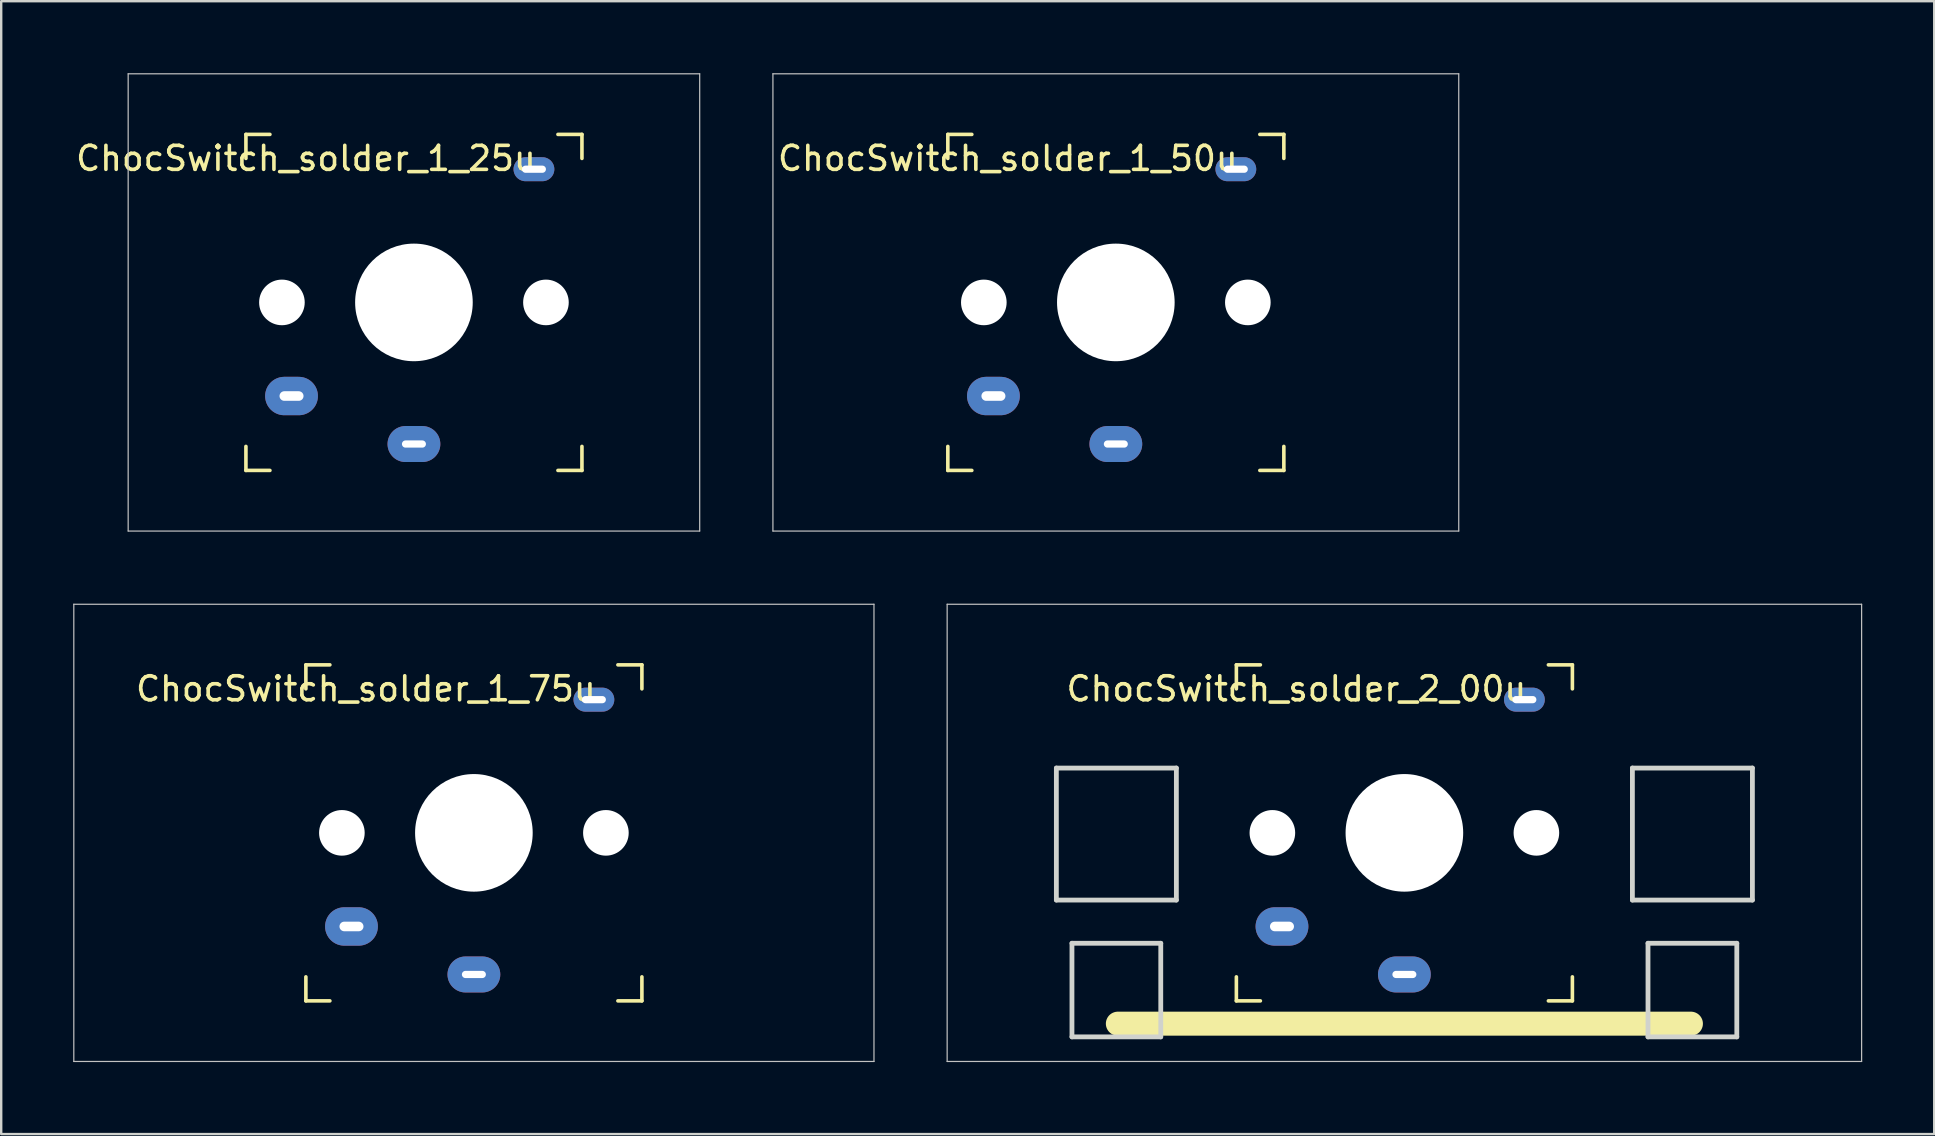
<source format=kicad_pcb>
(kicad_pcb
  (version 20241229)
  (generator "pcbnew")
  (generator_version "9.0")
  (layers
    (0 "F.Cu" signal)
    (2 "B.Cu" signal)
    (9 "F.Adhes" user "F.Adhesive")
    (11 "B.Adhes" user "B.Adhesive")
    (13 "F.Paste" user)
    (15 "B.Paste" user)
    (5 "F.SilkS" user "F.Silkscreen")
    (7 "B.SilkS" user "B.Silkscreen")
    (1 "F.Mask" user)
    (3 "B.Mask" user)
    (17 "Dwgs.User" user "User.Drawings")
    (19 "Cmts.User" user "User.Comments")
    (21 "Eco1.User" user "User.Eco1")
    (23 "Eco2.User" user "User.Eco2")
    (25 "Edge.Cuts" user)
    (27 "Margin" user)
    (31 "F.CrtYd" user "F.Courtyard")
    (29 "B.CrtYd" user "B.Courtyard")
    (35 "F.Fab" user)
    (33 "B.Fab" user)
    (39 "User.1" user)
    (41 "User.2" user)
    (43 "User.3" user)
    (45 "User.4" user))
  (footprint "ChocSwitch_solder_1_75u"
    (layer "F.Cu")
    (at 16.694 31.65)
    (property "Reference" "ChocSwitch_solder_1_75u" (at -4.5 -6 0) (layer "F.SilkS") (effects (font (size 1 1) (thickness 0.15))))
    (attr through_hole)
    (fp_line (start -7 -7) (end -7 -6) (stroke (width 0.15) (type solid)) (layer "F.SilkS"))
    (fp_line (start -7 -7) (end -6 -7) (stroke (width 0.15) (type solid)) (layer "F.SilkS"))
    (fp_line (start -7 7) (end -7 6) (stroke (width 0.15) (type solid)) (layer "F.SilkS"))
    (fp_line (start -6 7) (end -7 7) (stroke (width 0.15) (type solid)) (layer "F.SilkS"))
    (fp_line (start 6 -7) (end 7 -7) (stroke (width 0.15) (type solid)) (layer "F.SilkS"))
    (fp_line (start 7 -7) (end 7 -6) (stroke (width 0.15) (type solid)) (layer "F.SilkS"))
    (fp_line (start 7 6) (end 7 7) (stroke (width 0.15) (type solid)) (layer "F.SilkS"))
    (fp_line (start 7 7) (end 6 7) (stroke (width 0.15) (type solid)) (layer "F.SilkS"))
    (fp_line (start -16.669 -9.525) (end 16.669 -9.525) (stroke (width 0.05) (type solid)) (layer "Dwgs.User"))
    (fp_line (start -16.669 9.525) (end -16.669 -9.525) (stroke (width 0.05) (type solid)) (layer "Dwgs.User"))
    (fp_line (start 16.669 -9.525) (end 16.669 9.525) (stroke (width 0.05) (type solid)) (layer "Dwgs.User"))
    (fp_line (start 16.669 9.525) (end -16.669 9.525) (stroke (width 0.05) (type solid)) (layer "Dwgs.User"))
    (fp_line (start -7 -7) (end 7 -7) (stroke (width 0.1) (type solid)) (layer "Eco1.User"))
    (fp_line (start -7 -7) (end 7 -7) (stroke (width 0.1) (type solid)) (layer "Eco1.User"))
    (fp_line (start -7 7) (end -7 -7) (stroke (width 0.1) (type solid)) (layer "Eco1.User"))
    (fp_line (start -7 7) (end -7 -7) (stroke (width 0.1) (type solid)) (layer "Eco1.User"))
    (fp_line (start -7 7) (end 7 7) (stroke (width 0.1) (type solid)) (layer "Eco1.User"))
    (fp_line (start 7 -7) (end 7 7) (stroke (width 0.1) (type solid)) (layer "Eco1.User"))
    (fp_line (start 7 7) (end -7 7) (stroke (width 0.1) (type solid)) (layer "Eco1.User"))
    (fp_line (start 7 7) (end 7 -7) (stroke (width 0.1) (type solid)) (layer "Eco1.User"))
    (fp_rect (start -1.75 -3.25) (end 1.75 -6.35) (stroke (width 0.1) (type solid)) (fill no) (layer "Eco1.User"))
    (fp_line (start 0 0) (end 0 -4.8) (stroke (width 0.05) (type solid)) (layer "Eco2.User"))
    (fp_line (start 0 0) (end 8.262 0) (stroke (width 0.05) (type solid)) (layer "Eco2.User"))
    (pad "" np_thru_hole circle (at -5.5 0) (size 1.9 1.9) (drill 1.9) (layers "*.Cu" "*.Mask"))
    (pad "" np_thru_hole circle (at 0 0 90) (size 4.9 4.9) (drill 4.9) (layers "*.Cu" "*.Mask"))
    (pad "" thru_hole oval (at 5 -5.55) (size 1.7 1) (drill oval 1 0.3) (layers "*.Cu" "*.Mask"))
    (pad "" np_thru_hole circle (at 5.5 0) (size 1.9 1.9) (drill 1.9) (layers "*.Cu" "*.Mask"))
    (pad "1" thru_hole oval (at 0 5.9 180) (size 2.2 1.5) (drill oval 1 0.3) (layers "*.Cu" "*.Mask"))
    (pad "2" thru_hole oval (at -5.1 3.9) (size 2.2 1.6) (drill oval 1 0.4) (layers "*.Cu" "*.Mask")))
  (footprint "ChocSwitch_solder_1_50u"
    (layer "F.Cu")
    (at 43.44 9.55)
    (property "Reference" "ChocSwitch_solder_1_50u" (at -4.5 -6 0) (layer "F.SilkS") (effects (font (size 1 1) (thickness 0.15))))
    (attr through_hole)
    (fp_line (start -7 -7) (end -7 -6) (stroke (width 0.15) (type solid)) (layer "F.SilkS"))
    (fp_line (start -7 -7) (end -6 -7) (stroke (width 0.15) (type solid)) (layer "F.SilkS"))
    (fp_line (start -7 7) (end -7 6) (stroke (width 0.15) (type solid)) (layer "F.SilkS"))
    (fp_line (start -6 7) (end -7 7) (stroke (width 0.15) (type solid)) (layer "F.SilkS"))
    (fp_line (start 6 -7) (end 7 -7) (stroke (width 0.15) (type solid)) (layer "F.SilkS"))
    (fp_line (start 7 -7) (end 7 -6) (stroke (width 0.15) (type solid)) (layer "F.SilkS"))
    (fp_line (start 7 6) (end 7 7) (stroke (width 0.15) (type solid)) (layer "F.SilkS"))
    (fp_line (start 7 7) (end 6 7) (stroke (width 0.15) (type solid)) (layer "F.SilkS"))
    (fp_line (start -14.287 -9.525) (end 14.287 -9.525) (stroke (width 0.05) (type solid)) (layer "Dwgs.User"))
    (fp_line (start -14.287 9.525) (end -14.287 -9.525) (stroke (width 0.05) (type solid)) (layer "Dwgs.User"))
    (fp_line (start 14.287 -9.525) (end 14.287 9.525) (stroke (width 0.05) (type solid)) (layer "Dwgs.User"))
    (fp_line (start 14.287 9.525) (end -14.287 9.525) (stroke (width 0.05) (type solid)) (layer "Dwgs.User"))
    (fp_line (start -7 -7) (end 7 -7) (stroke (width 0.1) (type solid)) (layer "Eco1.User"))
    (fp_line (start -7 -7) (end 7 -7) (stroke (width 0.1) (type solid)) (layer "Eco1.User"))
    (fp_line (start -7 7) (end -7 -7) (stroke (width 0.1) (type solid)) (layer "Eco1.User"))
    (fp_line (start -7 7) (end -7 -7) (stroke (width 0.1) (type solid)) (layer "Eco1.User"))
    (fp_line (start -7 7) (end 7 7) (stroke (width 0.1) (type solid)) (layer "Eco1.User"))
    (fp_line (start 7 -7) (end 7 7) (stroke (width 0.1) (type solid)) (layer "Eco1.User"))
    (fp_line (start 7 7) (end -7 7) (stroke (width 0.1) (type solid)) (layer "Eco1.User"))
    (fp_line (start 7 7) (end 7 -7) (stroke (width 0.1) (type solid)) (layer "Eco1.User"))
    (fp_rect (start -1.75 -3.25) (end 1.75 -6.35) (stroke (width 0.1) (type solid)) (fill no) (layer "Eco1.User"))
    (fp_line (start 0 0) (end 0 -4.8) (stroke (width 0.05) (type solid)) (layer "Eco2.User"))
    (fp_line (start 0 0) (end 8.262 0) (stroke (width 0.05) (type solid)) (layer "Eco2.User"))
    (pad "" np_thru_hole circle (at -5.5 0) (size 1.9 1.9) (drill 1.9) (layers "*.Cu" "*.Mask"))
    (pad "" np_thru_hole circle (at 0 0 90) (size 4.9 4.9) (drill 4.9) (layers "*.Cu" "*.Mask"))
    (pad "" thru_hole oval (at 5 -5.55) (size 1.7 1) (drill oval 1 0.3) (layers "*.Cu" "*.Mask"))
    (pad "" np_thru_hole circle (at 5.5 0) (size 1.9 1.9) (drill 1.9) (layers "*.Cu" "*.Mask"))
    (pad "1" thru_hole oval (at 0 5.9 180) (size 2.2 1.5) (drill oval 1 0.3) (layers "*.Cu" "*.Mask"))
    (pad "2" thru_hole oval (at -5.1 3.9) (size 2.2 1.6) (drill oval 1 0.4) (layers "*.Cu" "*.Mask")))
  (footprint "ChocSwitch_solder_1_25u"
    (layer "F.Cu")
    (at 14.196 9.55)
    (property "Reference" "ChocSwitch_solder_1_25u" (at -4.5 -6 0) (layer "F.SilkS") (effects (font (size 1 1) (thickness 0.15))))
    (attr through_hole)
    (fp_line (start -7 -7) (end -7 -6) (stroke (width 0.15) (type solid)) (layer "F.SilkS"))
    (fp_line (start -7 -7) (end -6 -7) (stroke (width 0.15) (type solid)) (layer "F.SilkS"))
    (fp_line (start -7 7) (end -7 6) (stroke (width 0.15) (type solid)) (layer "F.SilkS"))
    (fp_line (start -6 7) (end -7 7) (stroke (width 0.15) (type solid)) (layer "F.SilkS"))
    (fp_line (start 6 -7) (end 7 -7) (stroke (width 0.15) (type solid)) (layer "F.SilkS"))
    (fp_line (start 7 -7) (end 7 -6) (stroke (width 0.15) (type solid)) (layer "F.SilkS"))
    (fp_line (start 7 6) (end 7 7) (stroke (width 0.15) (type solid)) (layer "F.SilkS"))
    (fp_line (start 7 7) (end 6 7) (stroke (width 0.15) (type solid)) (layer "F.SilkS"))
    (fp_line (start -11.906 -9.525) (end 11.906 -9.525) (stroke (width 0.05) (type solid)) (layer "Dwgs.User"))
    (fp_line (start -11.906 9.525) (end -11.906 -9.525) (stroke (width 0.05) (type solid)) (layer "Dwgs.User"))
    (fp_line (start 11.906 -9.525) (end 11.906 9.525) (stroke (width 0.05) (type solid)) (layer "Dwgs.User"))
    (fp_line (start 11.906 9.525) (end -11.906 9.525) (stroke (width 0.05) (type solid)) (layer "Dwgs.User"))
    (fp_line (start -7 -7) (end 7 -7) (stroke (width 0.1) (type solid)) (layer "Eco1.User"))
    (fp_line (start -7 -7) (end 7 -7) (stroke (width 0.1) (type solid)) (layer "Eco1.User"))
    (fp_line (start -7 7) (end -7 -7) (stroke (width 0.1) (type solid)) (layer "Eco1.User"))
    (fp_line (start -7 7) (end -7 -7) (stroke (width 0.1) (type solid)) (layer "Eco1.User"))
    (fp_line (start -7 7) (end 7 7) (stroke (width 0.1) (type solid)) (layer "Eco1.User"))
    (fp_line (start 7 -7) (end 7 7) (stroke (width 0.1) (type solid)) (layer "Eco1.User"))
    (fp_line (start 7 7) (end -7 7) (stroke (width 0.1) (type solid)) (layer "Eco1.User"))
    (fp_line (start 7 7) (end 7 -7) (stroke (width 0.1) (type solid)) (layer "Eco1.User"))
    (fp_rect (start -1.75 -3.25) (end 1.75 -6.35) (stroke (width 0.1) (type solid)) (fill no) (layer "Eco1.User"))
    (fp_line (start 0 0) (end 0 -4.8) (stroke (width 0.05) (type solid)) (layer "Eco2.User"))
    (fp_line (start 0 0) (end 8.262 0) (stroke (width 0.05) (type solid)) (layer "Eco2.User"))
    (pad "" np_thru_hole circle (at -5.5 0) (size 1.9 1.9) (drill 1.9) (layers "*.Cu" "*.Mask"))
    (pad "" np_thru_hole circle (at 0 0 90) (size 4.9 4.9) (drill 4.9) (layers "*.Cu" "*.Mask"))
    (pad "" thru_hole oval (at 5 -5.55) (size 1.7 1) (drill oval 1 0.3) (layers "*.Cu" "*.Mask"))
    (pad "" np_thru_hole circle (at 5.5 0) (size 1.9 1.9) (drill 1.9) (layers "*.Cu" "*.Mask"))
    (pad "1" thru_hole oval (at 0 5.9 180) (size 2.2 1.5) (drill oval 1 0.3) (layers "*.Cu" "*.Mask"))
    (pad "2" thru_hole oval (at -5.1 3.9) (size 2.2 1.6) (drill oval 1 0.4) (layers "*.Cu" "*.Mask")))
  (footprint "ChocSwitch_solder_2_00u"
    (layer "F.Cu")
    (at 55.462 31.65)
    (property "Reference" "ChocSwitch_solder_2_00u" (at -4.5 -6 0) (layer "F.SilkS") (effects (font (size 1 1) (thickness 0.15))))
    (attr through_hole)
    (fp_line (start -11.938 7.95) (end 11.938 7.95) (stroke (width 1) (type solid)) (layer "F.SilkS"))
    (fp_line (start -7 -7) (end -7 -6) (stroke (width 0.15) (type solid)) (layer "F.SilkS"))
    (fp_line (start -7 -7) (end -6 -7) (stroke (width 0.15) (type solid)) (layer "F.SilkS"))
    (fp_line (start -7 7) (end -7 6) (stroke (width 0.15) (type solid)) (layer "F.SilkS"))
    (fp_line (start -6 7) (end -7 7) (stroke (width 0.15) (type solid)) (layer "F.SilkS"))
    (fp_line (start 6 -7) (end 7 -7) (stroke (width 0.15) (type solid)) (layer "F.SilkS"))
    (fp_line (start 7 -7) (end 7 -6) (stroke (width 0.15) (type solid)) (layer "F.SilkS"))
    (fp_line (start 7 6) (end 7 7) (stroke (width 0.15) (type solid)) (layer "F.SilkS"))
    (fp_line (start 7 7) (end 6 7) (stroke (width 0.15) (type solid)) (layer "F.SilkS"))
    (fp_line (start -19.05 -9.525) (end 19.05 -9.525) (stroke (width 0.05) (type solid)) (layer "Dwgs.User"))
    (fp_line (start -19.05 9.525) (end -19.05 -9.525) (stroke (width 0.05) (type solid)) (layer "Dwgs.User"))
    (fp_line (start 19.05 -9.525) (end 19.05 9.525) (stroke (width 0.05) (type solid)) (layer "Dwgs.User"))
    (fp_line (start 19.05 9.525) (end -19.05 9.525) (stroke (width 0.05) (type solid)) (layer "Dwgs.User"))
    (fp_line (start -7 -7) (end 7 -7) (stroke (width 0.1) (type solid)) (layer "Eco1.User"))
    (fp_line (start -7 -7) (end 7 -7) (stroke (width 0.1) (type solid)) (layer "Eco1.User"))
    (fp_line (start -7 7) (end -7 -7) (stroke (width 0.1) (type solid)) (layer "Eco1.User"))
    (fp_line (start -7 7) (end -7 -7) (stroke (width 0.1) (type solid)) (layer "Eco1.User"))
    (fp_line (start -7 7) (end 7 7) (stroke (width 0.1) (type solid)) (layer "Eco1.User"))
    (fp_line (start 7 -7) (end 7 7) (stroke (width 0.1) (type solid)) (layer "Eco1.User"))
    (fp_line (start 7 7) (end -7 7) (stroke (width 0.1) (type solid)) (layer "Eco1.User"))
    (fp_line (start 7 7) (end 7 -7) (stroke (width 0.1) (type solid)) (layer "Eco1.User"))
    (fp_rect (start -1.75 -3.25) (end 1.75 -6.35) (stroke (width 0.1) (type solid)) (fill no) (layer "Eco1.User"))
    (fp_line (start 0 0) (end 0 -4.8) (stroke (width 0.05) (type solid)) (layer "Eco2.User"))
    (fp_line (start 0 0) (end 8.262 0) (stroke (width 0.05) (type solid)) (layer "Eco2.User"))
    (fp_line (start -14.5 -2.7) (end -14.5 2.8) (stroke (width 0.2) (type solid)) (layer "Edge.Cuts"))
    (fp_line (start -14.5 2.8) (end -9.5 2.8) (stroke (width 0.2) (type solid)) (layer "Edge.Cuts"))
    (fp_line (start -13.85 8.5) (end -13.85 4.6) (stroke (width 0.2) (type solid)) (layer "Edge.Cuts"))
    (fp_line (start -13.85 8.5) (end -10.15 8.5) (stroke (width 0.2) (type solid)) (layer "Edge.Cuts"))
    (fp_line (start -10.15 4.6) (end -13.85 4.6) (stroke (width 0.2) (type solid)) (layer "Edge.Cuts"))
    (fp_line (start -10.15 8.5) (end -10.15 4.6) (stroke (width 0.2) (type solid)) (layer "Edge.Cuts"))
    (fp_line (start -9.5 -2.7) (end -14.5 -2.7) (stroke (width 0.2) (type solid)) (layer "Edge.Cuts"))
    (fp_line (start -9.5 2.8) (end -9.5 -2.7) (stroke (width 0.2) (type solid)) (layer "Edge.Cuts"))
    (fp_line (start 9.5 -2.7) (end 14.5 -2.7) (stroke (width 0.2) (type solid)) (layer "Edge.Cuts"))
    (fp_line (start 9.5 2.8) (end 9.5 -2.7) (stroke (width 0.2) (type solid)) (layer "Edge.Cuts"))
    (fp_line (start 10.15 4.6) (end 13.85 4.6) (stroke (width 0.2) (type solid)) (layer "Edge.Cuts"))
    (fp_line (start 10.15 8.5) (end 10.15 4.6) (stroke (width 0.2) (type solid)) (layer "Edge.Cuts"))
    (fp_line (start 13.85 4.6) (end 13.85 8.5) (stroke (width 0.2) (type solid)) (layer "Edge.Cuts"))
    (fp_line (start 13.85 8.5) (end 10.15 8.5) (stroke (width 0.2) (type solid)) (layer "Edge.Cuts"))
    (fp_line (start 14.5 -2.7) (end 14.5 2.8) (stroke (width 0.2) (type solid)) (layer "Edge.Cuts"))
    (fp_line (start 14.5 2.8) (end 9.5 2.8) (stroke (width 0.2) (type solid)) (layer "Edge.Cuts"))
    (pad "" np_thru_hole circle (at -5.5 0) (size 1.9 1.9) (drill 1.9) (layers "*.Cu" "*.Mask"))
    (pad "" np_thru_hole circle (at 0 0 90) (size 4.9 4.9) (drill 4.9) (layers "*.Cu" "*.Mask"))
    (pad "" thru_hole oval (at 5 -5.55) (size 1.7 1) (drill oval 1 0.3) (layers "*.Cu" "*.Mask"))
    (pad "" np_thru_hole circle (at 5.5 0) (size 1.9 1.9) (drill 1.9) (layers "*.Cu" "*.Mask"))
    (pad "1" thru_hole oval (at 0 5.9 180) (size 2.2 1.5) (drill oval 1 0.3) (layers "*.Cu" "*.Mask"))
    (pad "2" thru_hole oval (at -5.1 3.9) (size 2.2 1.6) (drill oval 1 0.4) (layers "*.Cu" "*.Mask")))
  (gr_rect
    (start -3 -3)
    (end 77.537 44.2)
    (stroke (width 0.1) (type default))
    (fill no)
    (layer "Edge.Cuts")))
</source>
